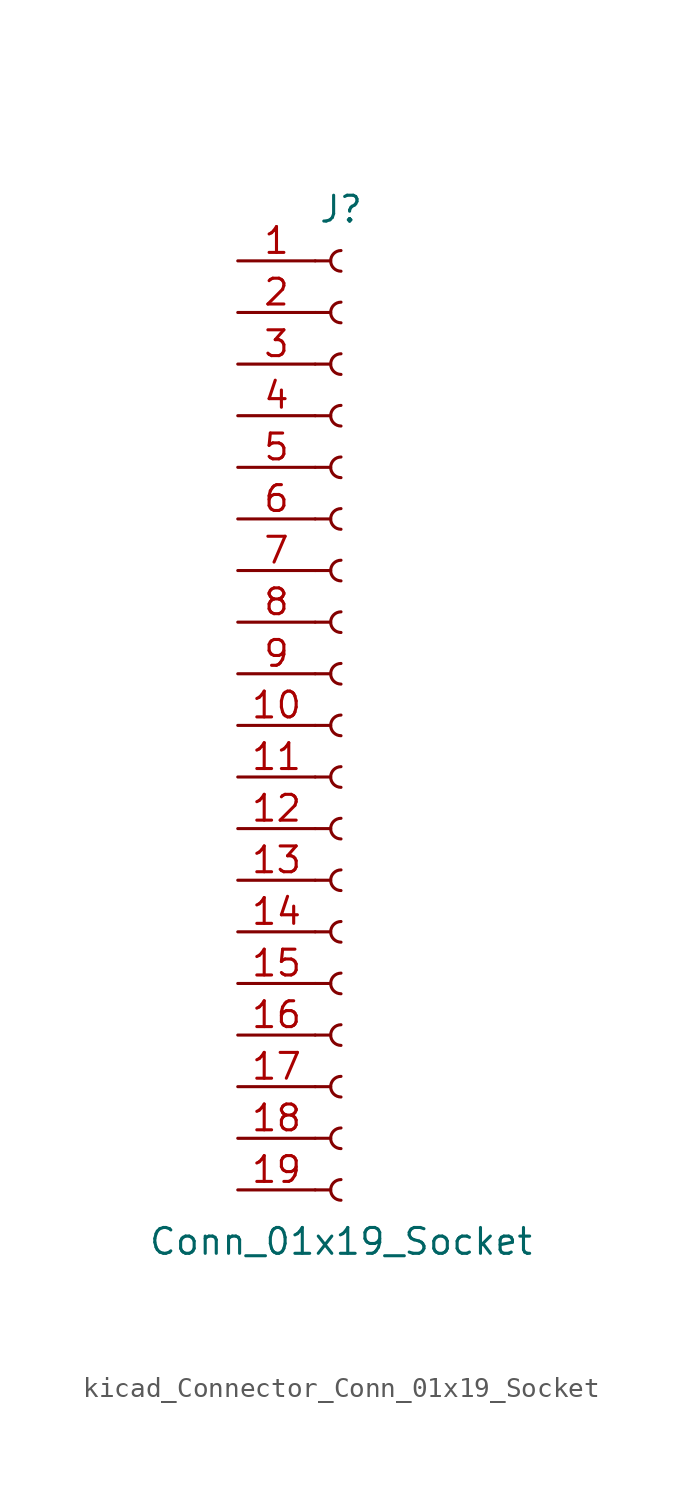
<source format=kicad_sym>
(kicad_symbol_lib
  (version 20220914)
  (generator kicad_symbol_editor)
  (symbol "kicad_Connector_Conn_01x19_Socket"
    (pin_names
      (offset 1.016) hide)
    (property "Reference" "J"
      (at 0 25.4 0)
      (effects (font (size 1.27 1.27))))
    (property "Value" "Conn_01x19_Socket"
      (at 0 -25.4 0)
      (effects (font (size 1.27 1.27))))
    (property "ki_locked" ""
      (at 0 0 0)
      (effects (font (size 1.27 1.27))))
    (symbol "kicad_Connector_Conn_01x19_Socket_1_1"
      (arc (start 0 -22.352) (mid -0.5058 -22.86) (end 0 -23.368) (stroke (width 0.1524) (type default)) (fill (type none)))
      (arc (start 0 -19.812) (mid -0.5058 -20.32) (end 0 -20.828) (stroke (width 0.1524) (type default)) (fill (type none)))
      (arc (start 0 -17.272) (mid -0.5058 -17.78) (end 0 -18.288) (stroke (width 0.1524) (type default)) (fill (type none)))
      (arc (start 0 -14.732) (mid -0.5058 -15.24) (end 0 -15.748) (stroke (width 0.1524) (type default)) (fill (type none)))
      (arc (start 0 -12.192) (mid -0.5058 -12.7) (end 0 -13.208) (stroke (width 0.1524) (type default)) (fill (type none)))
      (arc (start 0 -9.652) (mid -0.5058 -10.16) (end 0 -10.668) (stroke (width 0.1524) (type default)) (fill (type none)))
      (arc (start 0 -7.112) (mid -0.5058 -7.62) (end 0 -8.128) (stroke (width 0.1524) (type default)) (fill (type none)))
      (arc (start 0 -4.572) (mid -0.5058 -5.08) (end 0 -5.588) (stroke (width 0.1524) (type default)) (fill (type none)))
      (arc (start 0 -2.032) (mid -0.5058 -2.54) (end 0 -3.048) (stroke (width 0.1524) (type default)) (fill (type none)))
      (polyline (pts (xy -1.27 -22.86) (xy -0.508 -22.86)) (stroke (width 0.152) (type default)) (fill (type none)))
      (polyline (pts (xy -1.27 -20.32) (xy -0.508 -20.32)) (stroke (width 0.152) (type default)) (fill (type none)))
      (polyline (pts (xy -1.27 -17.78) (xy -0.508 -17.78)) (stroke (width 0.152) (type default)) (fill (type none)))
      (polyline (pts (xy -1.27 -15.24) (xy -0.508 -15.24)) (stroke (width 0.152) (type default)) (fill (type none)))
      (polyline (pts (xy -1.27 -12.7) (xy -0.508 -12.7)) (stroke (width 0.152) (type default)) (fill (type none)))
      (polyline (pts (xy -1.27 -10.16) (xy -0.508 -10.16)) (stroke (width 0.152) (type default)) (fill (type none)))
      (polyline (pts (xy -1.27 -7.62) (xy -0.508 -7.62)) (stroke (width 0.152) (type default)) (fill (type none)))
      (polyline (pts (xy -1.27 -5.08) (xy -0.508 -5.08)) (stroke (width 0.152) (type default)) (fill (type none)))
      (polyline (pts (xy -1.27 -2.54) (xy -0.508 -2.54)) (stroke (width 0.152) (type default)) (fill (type none)))
      (polyline (pts (xy -1.27 0) (xy -0.508 0)) (stroke (width 0.152) (type default)) (fill (type none)))
      (polyline (pts (xy -1.27 2.54) (xy -0.508 2.54)) (stroke (width 0.152) (type default)) (fill (type none)))
      (polyline (pts (xy -1.27 5.08) (xy -0.508 5.08)) (stroke (width 0.152) (type default)) (fill (type none)))
      (polyline (pts (xy -1.27 7.62) (xy -0.508 7.62)) (stroke (width 0.152) (type default)) (fill (type none)))
      (polyline (pts (xy -1.27 10.16) (xy -0.508 10.16)) (stroke (width 0.152) (type default)) (fill (type none)))
      (polyline (pts (xy -1.27 12.7) (xy -0.508 12.7)) (stroke (width 0.152) (type default)) (fill (type none)))
      (polyline (pts (xy -1.27 15.24) (xy -0.508 15.24)) (stroke (width 0.152) (type default)) (fill (type none)))
      (polyline (pts (xy -1.27 17.78) (xy -0.508 17.78)) (stroke (width 0.152) (type default)) (fill (type none)))
      (polyline (pts (xy -1.27 20.32) (xy -0.508 20.32)) (stroke (width 0.152) (type default)) (fill (type none)))
      (polyline (pts (xy -1.27 22.86) (xy -0.508 22.86)) (stroke (width 0.152) (type default)) (fill (type none)))
      (arc (start 0 0.508) (mid -0.5058 0) (end 0 -0.508) (stroke (width 0.1524) (type default)) (fill (type none)))
      (arc (start 0 3.048) (mid -0.5058 2.54) (end 0 2.032) (stroke (width 0.1524) (type default)) (fill (type none)))
      (arc (start 0 5.588) (mid -0.5058 5.08) (end 0 4.572) (stroke (width 0.1524) (type default)) (fill (type none)))
      (arc (start 0 8.128) (mid -0.5058 7.62) (end 0 7.112) (stroke (width 0.1524) (type default)) (fill (type none)))
      (arc (start 0 10.668) (mid -0.5058 10.16) (end 0 9.652) (stroke (width 0.1524) (type default)) (fill (type none)))
      (arc (start 0 13.208) (mid -0.5058 12.7) (end 0 12.192) (stroke (width 0.1524) (type default)) (fill (type none)))
      (arc (start 0 15.748) (mid -0.5058 15.24) (end 0 14.732) (stroke (width 0.1524) (type default)) (fill (type none)))
      (arc (start 0 18.288) (mid -0.5058 17.78) (end 0 17.272) (stroke (width 0.1524) (type default)) (fill (type none)))
      (arc (start 0 20.828) (mid -0.5058 20.32) (end 0 19.812) (stroke (width 0.1524) (type default)) (fill (type none)))
      (arc (start 0 23.368) (mid -0.5058 22.86) (end 0 22.352) (stroke (width 0.1524) (type default)) (fill (type none)))
      (pin passive line (at -5.08 22.86 0) (length 3.81) (name "Pin_1" (effects (font (size 1.27 1.27)))) (number "1" (effects (font (size 1.27 1.27)))))
      (pin passive line (at -5.08 0 0) (length 3.81) (name "Pin_10" (effects (font (size 1.27 1.27)))) (number "10" (effects (font (size 1.27 1.27)))))
      (pin passive line (at -5.08 -2.54 0) (length 3.81) (name "Pin_11" (effects (font (size 1.27 1.27)))) (number "11" (effects (font (size 1.27 1.27)))))
      (pin passive line (at -5.08 -5.08 0) (length 3.81) (name "Pin_12" (effects (font (size 1.27 1.27)))) (number "12" (effects (font (size 1.27 1.27)))))
      (pin passive line (at -5.08 -7.62 0) (length 3.81) (name "Pin_13" (effects (font (size 1.27 1.27)))) (number "13" (effects (font (size 1.27 1.27)))))
      (pin passive line (at -5.08 -10.16 0) (length 3.81) (name "Pin_14" (effects (font (size 1.27 1.27)))) (number "14" (effects (font (size 1.27 1.27)))))
      (pin passive line (at -5.08 -12.7 0) (length 3.81) (name "Pin_15" (effects (font (size 1.27 1.27)))) (number "15" (effects (font (size 1.27 1.27)))))
      (pin passive line (at -5.08 -15.24 0) (length 3.81) (name "Pin_16" (effects (font (size 1.27 1.27)))) (number "16" (effects (font (size 1.27 1.27)))))
      (pin passive line (at -5.08 -17.78 0) (length 3.81) (name "Pin_17" (effects (font (size 1.27 1.27)))) (number "17" (effects (font (size 1.27 1.27)))))
      (pin passive line (at -5.08 -20.32 0) (length 3.81) (name "Pin_18" (effects (font (size 1.27 1.27)))) (number "18" (effects (font (size 1.27 1.27)))))
      (pin passive line (at -5.08 -22.86 0) (length 3.81) (name "Pin_19" (effects (font (size 1.27 1.27)))) (number "19" (effects (font (size 1.27 1.27)))))
      (pin passive line (at -5.08 20.32 0) (length 3.81) (name "Pin_2" (effects (font (size 1.27 1.27)))) (number "2" (effects (font (size 1.27 1.27)))))
      (pin passive line (at -5.08 17.78 0) (length 3.81) (name "Pin_3" (effects (font (size 1.27 1.27)))) (number "3" (effects (font (size 1.27 1.27)))))
      (pin passive line (at -5.08 15.24 0) (length 3.81) (name "Pin_4" (effects (font (size 1.27 1.27)))) (number "4" (effects (font (size 1.27 1.27)))))
      (pin passive line (at -5.08 12.7 0) (length 3.81) (name "Pin_5" (effects (font (size 1.27 1.27)))) (number "5" (effects (font (size 1.27 1.27)))))
      (pin passive line (at -5.08 10.16 0) (length 3.81) (name "Pin_6" (effects (font (size 1.27 1.27)))) (number "6" (effects (font (size 1.27 1.27)))))
      (pin passive line (at -5.08 7.62 0) (length 3.81) (name "Pin_7" (effects (font (size 1.27 1.27)))) (number "7" (effects (font (size 1.27 1.27)))))
      (pin passive line (at -5.08 5.08 0) (length 3.81) (name "Pin_8" (effects (font (size 1.27 1.27)))) (number "8" (effects (font (size 1.27 1.27)))))
      (pin passive line (at -5.08 2.54 0) (length 3.81) (name "Pin_9" (effects (font (size 1.27 1.27)))) (number "9" (effects (font (size 1.27 1.27))))))))
</source>
